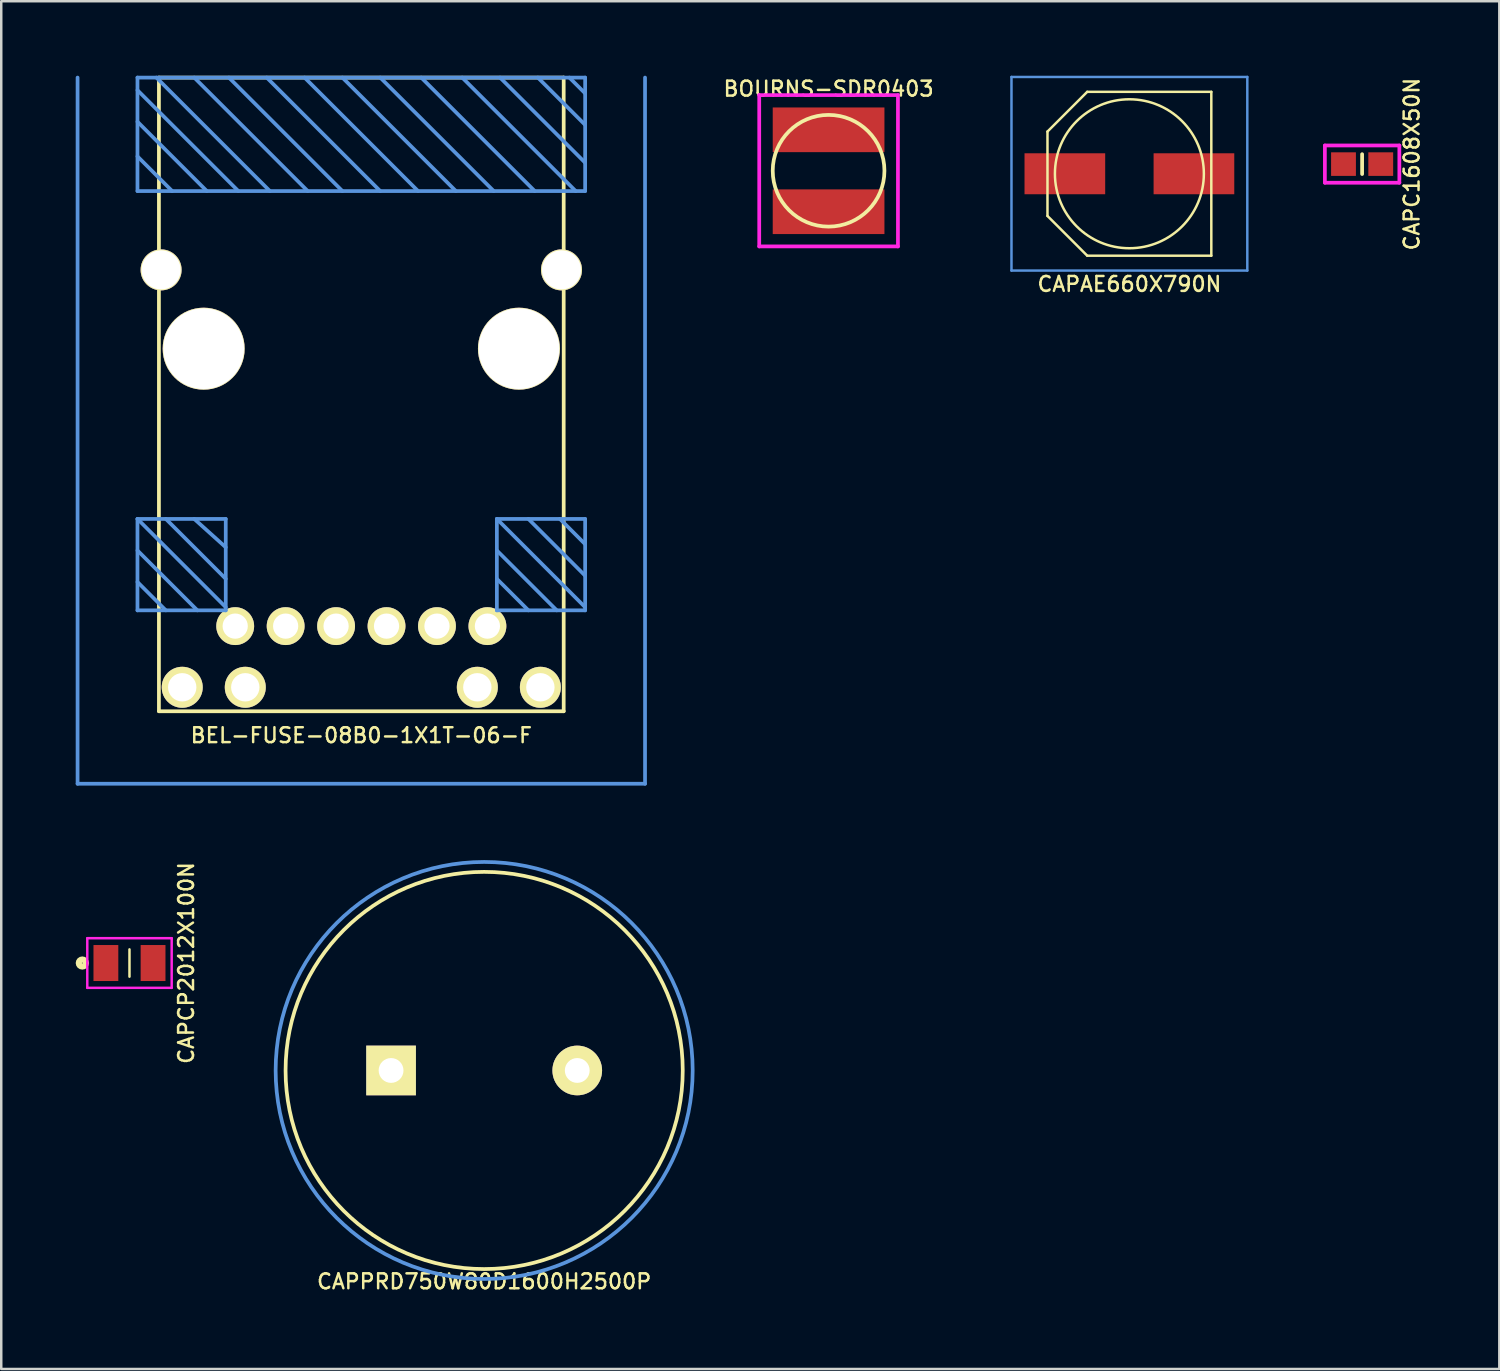
<source format=kicad_pcb>
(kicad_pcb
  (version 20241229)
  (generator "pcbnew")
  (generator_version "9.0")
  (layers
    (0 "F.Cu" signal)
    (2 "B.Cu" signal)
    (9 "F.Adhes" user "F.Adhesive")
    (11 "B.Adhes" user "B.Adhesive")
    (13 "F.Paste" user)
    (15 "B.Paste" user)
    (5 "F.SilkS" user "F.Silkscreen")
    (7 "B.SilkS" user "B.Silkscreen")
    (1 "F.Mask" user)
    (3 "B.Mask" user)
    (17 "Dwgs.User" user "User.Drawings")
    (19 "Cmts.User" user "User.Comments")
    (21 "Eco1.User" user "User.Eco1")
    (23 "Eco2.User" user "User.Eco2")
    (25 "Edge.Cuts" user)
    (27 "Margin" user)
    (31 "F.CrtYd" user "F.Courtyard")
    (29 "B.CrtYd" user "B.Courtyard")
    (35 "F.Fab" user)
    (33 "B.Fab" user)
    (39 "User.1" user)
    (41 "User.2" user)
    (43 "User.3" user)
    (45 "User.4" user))
  (footprint "BEL-FUSE-08B0-1X1T-06-F"
    (layer "F.Cu")
    (at 11.505 22.173)
    (property "Reference" "BEL-FUSE-08B0-1X1T-06-F" (at 0 4.4 0) (layer "F.SilkS") (effects (font (size 0.6 0.6) (thickness 0.1))))
    (attr through_hole)
    (fp_line (start -8.153 -22.098) (end 8.153 -22.098) (stroke (width 0.15) (type solid)) (layer "F.SilkS"))
    (fp_line (start -8.153 3.429) (end -8.153 -22.098) (stroke (width 0.15) (type solid)) (layer "F.SilkS"))
    (fp_line (start 8.153 -22.098) (end 8.153 3.429) (stroke (width 0.15) (type solid)) (layer "F.SilkS"))
    (fp_line (start 8.153 3.429) (end -8.153 3.429) (stroke (width 0.15) (type solid)) (layer "F.SilkS"))
    (fp_line (start -11.43 -22.098) (end -11.43 6.35) (stroke (width 0.15) (type solid)) (layer "Cmts.User"))
    (fp_line (start -11.43 6.35) (end 11.43 6.35) (stroke (width 0.15) (type solid)) (layer "Cmts.User"))
    (fp_line (start -9.017 -22.098) (end 9.017 -22.098) (stroke (width 0.15) (type solid)) (layer "Cmts.User"))
    (fp_line (start -9.017 -21.59) (end -4.953 -17.526) (stroke (width 0.15) (type solid)) (layer "Cmts.User"))
    (fp_line (start -9.017 -20.32) (end -6.223 -17.526) (stroke (width 0.15) (type solid)) (layer "Cmts.User"))
    (fp_line (start -9.017 -18.923) (end -7.62 -17.526) (stroke (width 0.15) (type solid)) (layer "Cmts.User"))
    (fp_line (start -9.017 -17.526) (end -9.017 -22.098) (stroke (width 0.15) (type solid)) (layer "Cmts.User"))
    (fp_line (start -9.017 -17.526) (end 9.017 -17.526) (stroke (width 0.15) (type solid)) (layer "Cmts.User"))
    (fp_line (start -9.017 -4.318) (end -5.461 -4.318) (stroke (width 0.15) (type solid)) (layer "Cmts.User"))
    (fp_line (start -9.017 -4.318) (end -5.461 -0.762) (stroke (width 0.15) (type solid)) (layer "Cmts.User"))
    (fp_line (start -9.017 -3.048) (end -6.604 -0.635) (stroke (width 0.15) (type solid)) (layer "Cmts.User"))
    (fp_line (start -9.017 -1.778) (end -7.874 -0.635) (stroke (width 0.15) (type solid)) (layer "Cmts.User"))
    (fp_line (start -9.017 -0.635) (end -9.017 -4.318) (stroke (width 0.15) (type solid)) (layer "Cmts.User"))
    (fp_line (start -8.255 -22.098) (end -3.683 -17.526) (stroke (width 0.15) (type solid)) (layer "Cmts.User"))
    (fp_line (start -7.874 -4.318) (end -5.461 -1.905) (stroke (width 0.15) (type solid)) (layer "Cmts.User"))
    (fp_line (start -6.731 -22.098) (end -2.159 -17.526) (stroke (width 0.15) (type solid)) (layer "Cmts.User"))
    (fp_line (start -6.731 -4.318) (end -5.461 -3.175) (stroke (width 0.15) (type solid)) (layer "Cmts.User"))
    (fp_line (start -5.461 -4.318) (end -5.461 -0.635) (stroke (width 0.15) (type solid)) (layer "Cmts.User"))
    (fp_line (start -5.461 -0.635) (end -9.017 -0.635) (stroke (width 0.15) (type solid)) (layer "Cmts.User"))
    (fp_line (start -5.334 -22.098) (end -0.762 -17.526) (stroke (width 0.15) (type solid)) (layer "Cmts.User"))
    (fp_line (start -3.81 -22.098) (end 0.762 -17.526) (stroke (width 0.15) (type solid)) (layer "Cmts.User"))
    (fp_line (start -2.286 -22.098) (end 2.286 -17.526) (stroke (width 0.15) (type solid)) (layer "Cmts.User"))
    (fp_line (start -0.762 -22.098) (end 3.81 -17.526) (stroke (width 0.15) (type solid)) (layer "Cmts.User"))
    (fp_line (start 0.762 -22.098) (end 5.334 -17.526) (stroke (width 0.15) (type solid)) (layer "Cmts.User"))
    (fp_line (start 2.413 -22.098) (end 6.985 -17.526) (stroke (width 0.15) (type solid)) (layer "Cmts.User"))
    (fp_line (start 4.064 -22.098) (end 8.636 -17.526) (stroke (width 0.15) (type solid)) (layer "Cmts.User"))
    (fp_line (start 5.461 -4.318) (end 9.017 -0.762) (stroke (width 0.15) (type solid)) (layer "Cmts.User"))
    (fp_line (start 5.461 -3.048) (end 7.874 -0.635) (stroke (width 0.15) (type solid)) (layer "Cmts.User"))
    (fp_line (start 5.461 -1.905) (end 6.731 -0.635) (stroke (width 0.15) (type solid)) (layer "Cmts.User"))
    (fp_line (start 5.461 -0.635) (end 5.461 -4.318) (stroke (width 0.15) (type solid)) (layer "Cmts.User"))
    (fp_line (start 5.461 -0.635) (end 9.017 -0.635) (stroke (width 0.15) (type solid)) (layer "Cmts.User"))
    (fp_line (start 5.588 -22.098) (end 9.017 -18.669) (stroke (width 0.15) (type solid)) (layer "Cmts.User"))
    (fp_line (start 6.731 -4.318) (end 9.017 -2.032) (stroke (width 0.15) (type solid)) (layer "Cmts.User"))
    (fp_line (start 7.112 -22.098) (end 9.017 -20.193) (stroke (width 0.15) (type solid)) (layer "Cmts.User"))
    (fp_line (start 8.001 -4.318) (end 9.017 -3.302) (stroke (width 0.15) (type solid)) (layer "Cmts.User"))
    (fp_line (start 8.382 -22.098) (end 9.017 -21.463) (stroke (width 0.15) (type solid)) (layer "Cmts.User"))
    (fp_line (start 9.017 -22.098) (end 9.017 -17.526) (stroke (width 0.15) (type solid)) (layer "Cmts.User"))
    (fp_line (start 9.017 -4.318) (end 5.461 -4.318) (stroke (width 0.15) (type solid)) (layer "Cmts.User"))
    (fp_line (start 9.017 -4.318) (end 9.017 -0.635) (stroke (width 0.15) (type solid)) (layer "Cmts.User"))
    (fp_line (start 11.43 6.35) (end 11.43 -22.098) (stroke (width 0.15) (type solid)) (layer "Cmts.User"))
    (pad "" thru_hole circle (at -8.065 -14.351) (size 1.651 1.651) (drill 1.575) (layers "*.Cu" "*.Mask" "F.SilkS"))
    (pad "" thru_hole circle (at -6.35 -11.176) (size 3.302 3.302) (drill 3.251) (layers "*.Cu" "*.Mask" "F.SilkS"))
    (pad "" thru_hole circle (at 6.35 -11.176) (size 3.302 3.302) (drill 3.251) (layers "*.Cu" "*.Mask" "F.SilkS"))
    (pad "" thru_hole circle (at 8.065 -14.351) (size 1.651 1.651) (drill 1.575) (layers "*.Cu" "*.Mask" "F.SilkS"))
    (pad "1" thru_hole circle (at -5.08 0) (size 1.524 1.524) (drill 1.016) (layers "*.Cu" "*.Mask" "F.SilkS"))
    (pad "2" thru_hole circle (at -3.048 0) (size 1.524 1.524) (drill 1.016) (layers "*.Cu" "*.Mask" "F.SilkS"))
    (pad "3" thru_hole circle (at -1.016 0) (size 1.524 1.524) (drill 1.016) (layers "*.Cu" "*.Mask" "F.SilkS"))
    (pad "4" thru_hole circle (at 1.016 0) (size 1.524 1.524) (drill 1.016) (layers "*.Cu" "*.Mask" "F.SilkS"))
    (pad "5" thru_hole circle (at 3.048 0) (size 1.524 1.524) (drill 1.016) (layers "*.Cu" "*.Mask" "F.SilkS"))
    (pad "6" thru_hole circle (at 5.08 0) (size 1.524 1.524) (drill 1.016) (layers "*.Cu" "*.Mask" "F.SilkS"))
    (pad "7" thru_hole circle (at -7.214 2.464) (size 1.651 1.651) (drill 1.143) (layers "*.Cu" "*.Mask" "F.SilkS"))
    (pad "8" thru_hole circle (at -4.674 2.464) (size 1.651 1.651) (drill 1.143) (layers "*.Cu" "*.Mask" "F.SilkS"))
    (pad "9" thru_hole circle (at 4.674 2.464) (size 1.651 1.651) (drill 1.143) (layers "*.Cu" "*.Mask" "F.SilkS"))
    (pad "10" thru_hole circle (at 7.214 2.464) (size 1.651 1.651) (drill 1.143) (layers "*.Cu" "*.Mask" "F.SilkS")))
  (footprint "CAPC1608X50N"
    (layer "F.Cu")
    (at 51.822 3.561)
    (property "Reference" "CAPC1608X50N" (at 2 0 90) (layer "F.SilkS") (effects (font (size 0.6 0.6) (thickness 0.1))))
    (attr through_hole)
    (fp_line (start 0 -0.4) (end 0 0.4) (stroke (width 0.15) (type solid)) (layer "F.SilkS"))
    (fp_line (start -1.5 -0.75) (end 1.5 -0.75) (stroke (width 0.15) (type solid)) (layer "F.CrtYd"))
    (fp_line (start -1.5 0.75) (end -1.5 -0.75) (stroke (width 0.15) (type solid)) (layer "F.CrtYd"))
    (fp_line (start 1.5 -0.75) (end 1.5 0.75) (stroke (width 0.15) (type solid)) (layer "F.CrtYd"))
    (fp_line (start 1.5 0.75) (end -1.5 0.75) (stroke (width 0.15) (type solid)) (layer "F.CrtYd"))
    (pad "1" smd rect (at -0.75 0) (size 1 0.95) (layers "F.Cu" "F.Mask" "F.Paste"))
    (pad "2" smd rect (at 0.75 0) (size 1 0.95) (layers "F.Cu" "F.Mask" "F.Paste")))
  (footprint "CAPPRD750W80D1600H2500P"
    (layer "F.Cu")
    (at 16.454 40.073)
    (property "Reference" "CAPPRD750W80D1600H2500P" (at 0 8.5 0) (layer "F.SilkS") (effects (font (size 0.6 0.6) (thickness 0.1))))
    (attr through_hole)
    (fp_circle (center 0 0) (end 8 0) (stroke (width 0.15) (type solid)) (fill no) (layer "F.SilkS"))
    (fp_circle (center 0 0) (end 8.4 0) (stroke (width 0.15) (type solid)) (fill no) (layer "Cmts.User"))
    (pad "1" thru_hole rect (at -3.75 0) (size 2 2) (drill 1) (layers "*.Cu" "*.Mask" "F.SilkS"))
    (pad "2" thru_hole circle (at 3.75 0) (size 2 2) (drill 1) (layers "*.Cu" "*.Mask" "F.SilkS")))
  (footprint "BOURNS-SDR0403"
    (layer "F.Cu")
    (at 30.329 3.829)
    (property "Reference" "BOURNS-SDR0403" (at 0 -3.302 0) (layer "F.SilkS") (effects (font (size 0.6 0.6) (thickness 0.1))))
    (attr through_hole)
    (fp_circle (center 0 0) (end 2.25 0) (stroke (width 0.15) (type solid)) (fill no) (layer "F.SilkS"))
    (fp_line (start -2.794 -3.048) (end 2.794 -3.048) (stroke (width 0.15) (type solid)) (layer "F.CrtYd"))
    (fp_line (start -2.794 3.048) (end -2.794 -3.048) (stroke (width 0.15) (type solid)) (layer "F.CrtYd"))
    (fp_line (start 2.794 -3.048) (end 2.794 3.048) (stroke (width 0.15) (type solid)) (layer "F.CrtYd"))
    (fp_line (start 2.794 3.048) (end -2.794 3.048) (stroke (width 0.15) (type solid)) (layer "F.CrtYd"))
    (pad "1" smd rect (at 0 -1.65) (size 4.5 1.8) (layers "F.Cu" "F.Mask" "F.Paste"))
    (pad "2" smd rect (at 0 1.65) (size 4.5 1.8) (layers "F.Cu" "F.Mask" "F.Paste")))
  (footprint "CAPAE660X790N"
    (layer "F.Cu")
    (at 42.447 3.95)
    (property "Reference" "CAPAE660X790N" (at 0 4.445 0) (layer "F.SilkS") (effects (font (size 0.6 0.6) (thickness 0.1))))
    (attr through_hole)
    (fp_line (start -3.3 -1.7) (end -3.3 1.7) (stroke (width 0.1) (type solid)) (layer "F.SilkS"))
    (fp_line (start -3.3 1.7) (end -1.7 3.3) (stroke (width 0.1) (type solid)) (layer "F.SilkS"))
    (fp_line (start -1.7 -3.3) (end -3.3 -1.7) (stroke (width 0.1) (type solid)) (layer "F.SilkS"))
    (fp_line (start -1.7 3.3) (end 3.3 3.3) (stroke (width 0.1) (type solid)) (layer "F.SilkS"))
    (fp_line (start 3.3 -3.3) (end -1.7 -3.3) (stroke (width 0.1) (type solid)) (layer "F.SilkS"))
    (fp_line (start 3.3 3.3) (end 3.3 -3.3) (stroke (width 0.1) (type solid)) (layer "F.SilkS"))
    (fp_circle (center 0 0) (end 3 0) (stroke (width 0.1) (type solid)) (fill no) (layer "F.SilkS"))
    (fp_line (start -4.75 -3.9) (end 4.75 -3.9) (stroke (width 0.1) (type solid)) (layer "Cmts.User"))
    (fp_line (start -4.75 3.9) (end -4.75 -3.9) (stroke (width 0.1) (type solid)) (layer "Cmts.User"))
    (fp_line (start 4.75 -3.9) (end 4.75 3.9) (stroke (width 0.1) (type solid)) (layer "Cmts.User"))
    (fp_line (start 4.75 3.9) (end -4.75 3.9) (stroke (width 0.1) (type solid)) (layer "Cmts.User"))
    (pad "1" smd rect (at -2.6 0) (size 3.25 1.65) (layers "F.Cu" "F.Mask" "F.Paste"))
    (pad "2" smd rect (at 2.6 0) (size 3.25 1.65) (layers "F.Cu" "F.Mask" "F.Paste")))
  (footprint "CAPCP2012X100N"
    (layer "F.Cu")
    (at 2.166 35.745)
    (property "Reference" "CAPCP2012X100N" (at 2.286 0 90) (layer "F.SilkS") (effects (font (size 0.6 0.6) (thickness 0.1))))
    (attr through_hole)
    (fp_line (start 0 -0.55) (end 0 0.55) (stroke (width 0.1) (type solid)) (layer "F.SilkS"))
    (fp_circle (center -1.9 0) (end -1.8 0.1) (stroke (width 0.25) (type solid)) (fill no) (layer "F.SilkS"))
    (fp_line (start -1.7 -1) (end 1.7 -1) (stroke (width 0.1) (type solid)) (layer "F.CrtYd"))
    (fp_line (start -1.7 1) (end -1.7 -1) (stroke (width 0.1) (type solid)) (layer "F.CrtYd"))
    (fp_line (start 1.7 -1) (end 1.7 1) (stroke (width 0.1) (type solid)) (layer "F.CrtYd"))
    (fp_line (start 1.7 1) (end -1.7 1) (stroke (width 0.1) (type solid)) (layer "F.CrtYd"))
    (pad "1" smd rect (at -0.95 0) (size 1 1.45) (layers "F.Cu" "F.Mask" "F.Paste"))
    (pad "2" smd rect (at 0.95 0) (size 1 1.45) (layers "F.Cu" "F.Mask" "F.Paste")))
  (gr_rect
    (start -3 -3)
    (end 57.349 52.099)
    (stroke (width 0.1) (type default))
    (fill no)
    (layer "Edge.Cuts")))
</source>
